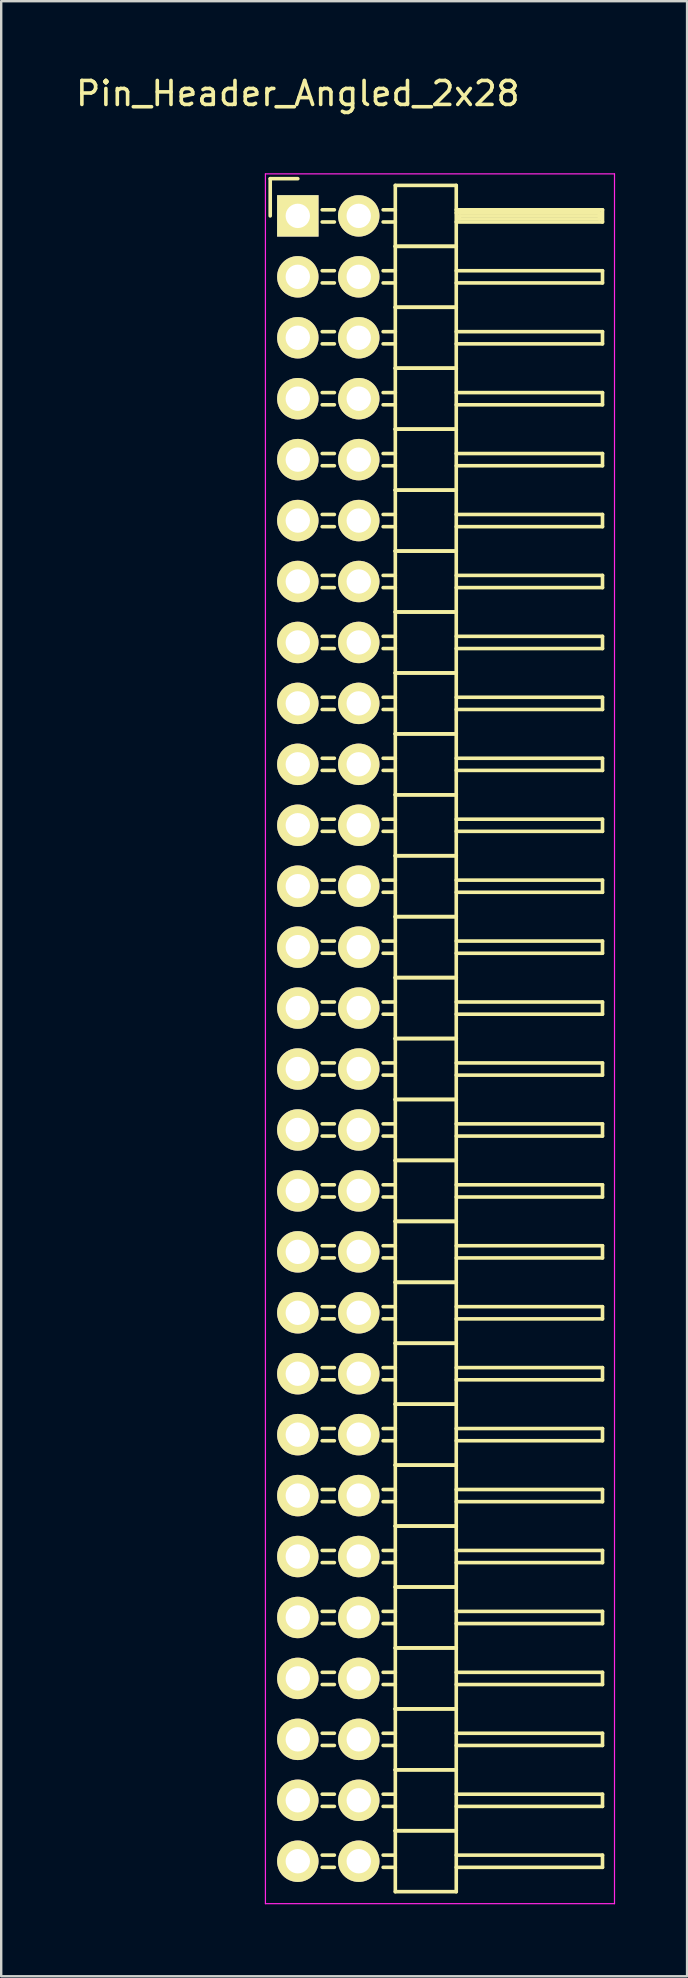
<source format=kicad_pcb>
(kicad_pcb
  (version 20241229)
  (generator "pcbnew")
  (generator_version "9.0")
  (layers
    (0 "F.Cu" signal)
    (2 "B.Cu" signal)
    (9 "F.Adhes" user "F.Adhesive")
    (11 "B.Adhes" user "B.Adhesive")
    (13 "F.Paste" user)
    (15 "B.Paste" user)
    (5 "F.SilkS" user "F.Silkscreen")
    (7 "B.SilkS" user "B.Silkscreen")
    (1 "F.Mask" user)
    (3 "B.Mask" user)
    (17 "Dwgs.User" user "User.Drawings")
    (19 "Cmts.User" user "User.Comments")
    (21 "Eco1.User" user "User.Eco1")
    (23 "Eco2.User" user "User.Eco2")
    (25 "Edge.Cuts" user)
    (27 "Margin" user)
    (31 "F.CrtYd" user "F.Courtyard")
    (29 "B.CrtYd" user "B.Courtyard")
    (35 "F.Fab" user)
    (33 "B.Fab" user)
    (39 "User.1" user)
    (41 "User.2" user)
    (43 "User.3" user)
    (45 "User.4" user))
  (footprint "Pin_Header_Angled_2x28"
    (layer "F.Cu")
    (at 9.363 5.948)
    (property "Reference" "Pin_Header_Angled_2x28" (at 0 -5.1 0) (layer "F.SilkS") (effects (font (size 1 1) (thickness 0.15))))
    (attr through_hole)
    (fp_line (start -1.15 -1.55) (end -1.15 0) (stroke (width 0.15) (type solid)) (layer "F.SilkS"))
    (fp_line (start 0 -1.55) (end -1.15 -1.55) (stroke (width 0.15) (type solid)) (layer "F.SilkS"))
    (fp_line (start 1.524 -0.254) (end 1.016 -0.254) (stroke (width 0.15) (type solid)) (layer "F.SilkS"))
    (fp_line (start 1.524 0.254) (end 1.016 0.254) (stroke (width 0.15) (type solid)) (layer "F.SilkS"))
    (fp_line (start 1.524 2.286) (end 1.016 2.286) (stroke (width 0.15) (type solid)) (layer "F.SilkS"))
    (fp_line (start 1.524 2.794) (end 1.016 2.794) (stroke (width 0.15) (type solid)) (layer "F.SilkS"))
    (fp_line (start 1.524 4.826) (end 1.016 4.826) (stroke (width 0.15) (type solid)) (layer "F.SilkS"))
    (fp_line (start 1.524 5.334) (end 1.016 5.334) (stroke (width 0.15) (type solid)) (layer "F.SilkS"))
    (fp_line (start 1.524 7.366) (end 1.016 7.366) (stroke (width 0.15) (type solid)) (layer "F.SilkS"))
    (fp_line (start 1.524 7.874) (end 1.016 7.874) (stroke (width 0.15) (type solid)) (layer "F.SilkS"))
    (fp_line (start 1.524 9.906) (end 1.016 9.906) (stroke (width 0.15) (type solid)) (layer "F.SilkS"))
    (fp_line (start 1.524 10.414) (end 1.016 10.414) (stroke (width 0.15) (type solid)) (layer "F.SilkS"))
    (fp_line (start 1.524 12.446) (end 1.016 12.446) (stroke (width 0.15) (type solid)) (layer "F.SilkS"))
    (fp_line (start 1.524 12.954) (end 1.016 12.954) (stroke (width 0.15) (type solid)) (layer "F.SilkS"))
    (fp_line (start 1.524 14.986) (end 1.016 14.986) (stroke (width 0.15) (type solid)) (layer "F.SilkS"))
    (fp_line (start 1.524 15.494) (end 1.016 15.494) (stroke (width 0.15) (type solid)) (layer "F.SilkS"))
    (fp_line (start 1.524 17.526) (end 1.016 17.526) (stroke (width 0.15) (type solid)) (layer "F.SilkS"))
    (fp_line (start 1.524 18.034) (end 1.016 18.034) (stroke (width 0.15) (type solid)) (layer "F.SilkS"))
    (fp_line (start 1.524 20.066) (end 1.016 20.066) (stroke (width 0.15) (type solid)) (layer "F.SilkS"))
    (fp_line (start 1.524 20.574) (end 1.016 20.574) (stroke (width 0.15) (type solid)) (layer "F.SilkS"))
    (fp_line (start 1.524 22.606) (end 1.016 22.606) (stroke (width 0.15) (type solid)) (layer "F.SilkS"))
    (fp_line (start 1.524 23.114) (end 1.016 23.114) (stroke (width 0.15) (type solid)) (layer "F.SilkS"))
    (fp_line (start 1.524 25.146) (end 1.016 25.146) (stroke (width 0.15) (type solid)) (layer "F.SilkS"))
    (fp_line (start 1.524 25.654) (end 1.016 25.654) (stroke (width 0.15) (type solid)) (layer "F.SilkS"))
    (fp_line (start 1.524 27.686) (end 1.016 27.686) (stroke (width 0.15) (type solid)) (layer "F.SilkS"))
    (fp_line (start 1.524 28.194) (end 1.016 28.194) (stroke (width 0.15) (type solid)) (layer "F.SilkS"))
    (fp_line (start 1.524 30.226) (end 1.016 30.226) (stroke (width 0.15) (type solid)) (layer "F.SilkS"))
    (fp_line (start 1.524 30.734) (end 1.016 30.734) (stroke (width 0.15) (type solid)) (layer "F.SilkS"))
    (fp_line (start 1.524 32.766) (end 1.016 32.766) (stroke (width 0.15) (type solid)) (layer "F.SilkS"))
    (fp_line (start 1.524 33.274) (end 1.016 33.274) (stroke (width 0.15) (type solid)) (layer "F.SilkS"))
    (fp_line (start 1.524 35.306) (end 1.016 35.306) (stroke (width 0.15) (type solid)) (layer "F.SilkS"))
    (fp_line (start 1.524 35.814) (end 1.016 35.814) (stroke (width 0.15) (type solid)) (layer "F.SilkS"))
    (fp_line (start 1.524 37.846) (end 1.016 37.846) (stroke (width 0.15) (type solid)) (layer "F.SilkS"))
    (fp_line (start 1.524 38.354) (end 1.016 38.354) (stroke (width 0.15) (type solid)) (layer "F.SilkS"))
    (fp_line (start 1.524 40.386) (end 1.016 40.386) (stroke (width 0.15) (type solid)) (layer "F.SilkS"))
    (fp_line (start 1.524 40.894) (end 1.016 40.894) (stroke (width 0.15) (type solid)) (layer "F.SilkS"))
    (fp_line (start 1.524 42.926) (end 1.016 42.926) (stroke (width 0.15) (type solid)) (layer "F.SilkS"))
    (fp_line (start 1.524 43.434) (end 1.016 43.434) (stroke (width 0.15) (type solid)) (layer "F.SilkS"))
    (fp_line (start 1.524 45.466) (end 1.016 45.466) (stroke (width 0.15) (type solid)) (layer "F.SilkS"))
    (fp_line (start 1.524 45.974) (end 1.016 45.974) (stroke (width 0.15) (type solid)) (layer "F.SilkS"))
    (fp_line (start 1.524 48.006) (end 1.016 48.006) (stroke (width 0.15) (type solid)) (layer "F.SilkS"))
    (fp_line (start 1.524 48.514) (end 1.016 48.514) (stroke (width 0.15) (type solid)) (layer "F.SilkS"))
    (fp_line (start 1.524 50.546) (end 1.016 50.546) (stroke (width 0.15) (type solid)) (layer "F.SilkS"))
    (fp_line (start 1.524 51.054) (end 1.016 51.054) (stroke (width 0.15) (type solid)) (layer "F.SilkS"))
    (fp_line (start 1.524 53.086) (end 1.016 53.086) (stroke (width 0.15) (type solid)) (layer "F.SilkS"))
    (fp_line (start 1.524 53.594) (end 1.016 53.594) (stroke (width 0.15) (type solid)) (layer "F.SilkS"))
    (fp_line (start 1.524 55.626) (end 1.016 55.626) (stroke (width 0.15) (type solid)) (layer "F.SilkS"))
    (fp_line (start 1.524 56.134) (end 1.016 56.134) (stroke (width 0.15) (type solid)) (layer "F.SilkS"))
    (fp_line (start 1.524 58.166) (end 1.016 58.166) (stroke (width 0.15) (type solid)) (layer "F.SilkS"))
    (fp_line (start 1.524 58.674) (end 1.016 58.674) (stroke (width 0.15) (type solid)) (layer "F.SilkS"))
    (fp_line (start 1.524 60.706) (end 1.016 60.706) (stroke (width 0.15) (type solid)) (layer "F.SilkS"))
    (fp_line (start 1.524 61.214) (end 1.016 61.214) (stroke (width 0.15) (type solid)) (layer "F.SilkS"))
    (fp_line (start 1.524 63.246) (end 1.016 63.246) (stroke (width 0.15) (type solid)) (layer "F.SilkS"))
    (fp_line (start 1.524 63.754) (end 1.016 63.754) (stroke (width 0.15) (type solid)) (layer "F.SilkS"))
    (fp_line (start 1.524 65.786) (end 1.016 65.786) (stroke (width 0.15) (type solid)) (layer "F.SilkS"))
    (fp_line (start 1.524 66.294) (end 1.016 66.294) (stroke (width 0.15) (type solid)) (layer "F.SilkS"))
    (fp_line (start 1.524 68.326) (end 1.016 68.326) (stroke (width 0.15) (type solid)) (layer "F.SilkS"))
    (fp_line (start 1.524 68.834) (end 1.016 68.834) (stroke (width 0.15) (type solid)) (layer "F.SilkS"))
    (fp_line (start 4.064 -1.27) (end 4.064 1.27) (stroke (width 0.15) (type solid)) (layer "F.SilkS"))
    (fp_line (start 4.064 -1.27) (end 6.604 -1.27) (stroke (width 0.15) (type solid)) (layer "F.SilkS"))
    (fp_line (start 4.064 -0.254) (end 3.556 -0.254) (stroke (width 0.15) (type solid)) (layer "F.SilkS"))
    (fp_line (start 4.064 0.254) (end 3.556 0.254) (stroke (width 0.15) (type solid)) (layer "F.SilkS"))
    (fp_line (start 4.064 1.27) (end 4.064 3.81) (stroke (width 0.15) (type solid)) (layer "F.SilkS"))
    (fp_line (start 4.064 1.27) (end 6.604 1.27) (stroke (width 0.15) (type solid)) (layer "F.SilkS"))
    (fp_line (start 4.064 1.27) (end 6.604 1.27) (stroke (width 0.15) (type solid)) (layer "F.SilkS"))
    (fp_line (start 4.064 2.286) (end 3.556 2.286) (stroke (width 0.15) (type solid)) (layer "F.SilkS"))
    (fp_line (start 4.064 2.794) (end 3.556 2.794) (stroke (width 0.15) (type solid)) (layer "F.SilkS"))
    (fp_line (start 4.064 3.81) (end 4.064 6.35) (stroke (width 0.15) (type solid)) (layer "F.SilkS"))
    (fp_line (start 4.064 3.81) (end 6.604 3.81) (stroke (width 0.15) (type solid)) (layer "F.SilkS"))
    (fp_line (start 4.064 3.81) (end 6.604 3.81) (stroke (width 0.15) (type solid)) (layer "F.SilkS"))
    (fp_line (start 4.064 4.826) (end 3.556 4.826) (stroke (width 0.15) (type solid)) (layer "F.SilkS"))
    (fp_line (start 4.064 5.334) (end 3.556 5.334) (stroke (width 0.15) (type solid)) (layer "F.SilkS"))
    (fp_line (start 4.064 6.35) (end 4.064 8.89) (stroke (width 0.15) (type solid)) (layer "F.SilkS"))
    (fp_line (start 4.064 6.35) (end 6.604 6.35) (stroke (width 0.15) (type solid)) (layer "F.SilkS"))
    (fp_line (start 4.064 6.35) (end 6.604 6.35) (stroke (width 0.15) (type solid)) (layer "F.SilkS"))
    (fp_line (start 4.064 7.366) (end 3.556 7.366) (stroke (width 0.15) (type solid)) (layer "F.SilkS"))
    (fp_line (start 4.064 7.874) (end 3.556 7.874) (stroke (width 0.15) (type solid)) (layer "F.SilkS"))
    (fp_line (start 4.064 8.89) (end 4.064 11.43) (stroke (width 0.15) (type solid)) (layer "F.SilkS"))
    (fp_line (start 4.064 8.89) (end 6.604 8.89) (stroke (width 0.15) (type solid)) (layer "F.SilkS"))
    (fp_line (start 4.064 8.89) (end 6.604 8.89) (stroke (width 0.15) (type solid)) (layer "F.SilkS"))
    (fp_line (start 4.064 9.906) (end 3.556 9.906) (stroke (width 0.15) (type solid)) (layer "F.SilkS"))
    (fp_line (start 4.064 10.414) (end 3.556 10.414) (stroke (width 0.15) (type solid)) (layer "F.SilkS"))
    (fp_line (start 4.064 11.43) (end 4.064 13.97) (stroke (width 0.15) (type solid)) (layer "F.SilkS"))
    (fp_line (start 4.064 11.43) (end 6.604 11.43) (stroke (width 0.15) (type solid)) (layer "F.SilkS"))
    (fp_line (start 4.064 11.43) (end 6.604 11.43) (stroke (width 0.15) (type solid)) (layer "F.SilkS"))
    (fp_line (start 4.064 12.446) (end 3.556 12.446) (stroke (width 0.15) (type solid)) (layer "F.SilkS"))
    (fp_line (start 4.064 12.954) (end 3.556 12.954) (stroke (width 0.15) (type solid)) (layer "F.SilkS"))
    (fp_line (start 4.064 13.97) (end 4.064 16.51) (stroke (width 0.15) (type solid)) (layer "F.SilkS"))
    (fp_line (start 4.064 13.97) (end 6.604 13.97) (stroke (width 0.15) (type solid)) (layer "F.SilkS"))
    (fp_line (start 4.064 13.97) (end 6.604 13.97) (stroke (width 0.15) (type solid)) (layer "F.SilkS"))
    (fp_line (start 4.064 14.986) (end 3.556 14.986) (stroke (width 0.15) (type solid)) (layer "F.SilkS"))
    (fp_line (start 4.064 15.494) (end 3.556 15.494) (stroke (width 0.15) (type solid)) (layer "F.SilkS"))
    (fp_line (start 4.064 16.51) (end 4.064 19.05) (stroke (width 0.15) (type solid)) (layer "F.SilkS"))
    (fp_line (start 4.064 16.51) (end 6.604 16.51) (stroke (width 0.15) (type solid)) (layer "F.SilkS"))
    (fp_line (start 4.064 16.51) (end 6.604 16.51) (stroke (width 0.15) (type solid)) (layer "F.SilkS"))
    (fp_line (start 4.064 17.526) (end 3.556 17.526) (stroke (width 0.15) (type solid)) (layer "F.SilkS"))
    (fp_line (start 4.064 18.034) (end 3.556 18.034) (stroke (width 0.15) (type solid)) (layer "F.SilkS"))
    (fp_line (start 4.064 19.05) (end 4.064 21.59) (stroke (width 0.15) (type solid)) (layer "F.SilkS"))
    (fp_line (start 4.064 19.05) (end 6.604 19.05) (stroke (width 0.15) (type solid)) (layer "F.SilkS"))
    (fp_line (start 4.064 19.05) (end 6.604 19.05) (stroke (width 0.15) (type solid)) (layer "F.SilkS"))
    (fp_line (start 4.064 20.066) (end 3.556 20.066) (stroke (width 0.15) (type solid)) (layer "F.SilkS"))
    (fp_line (start 4.064 20.574) (end 3.556 20.574) (stroke (width 0.15) (type solid)) (layer "F.SilkS"))
    (fp_line (start 4.064 21.59) (end 4.064 24.13) (stroke (width 0.15) (type solid)) (layer "F.SilkS"))
    (fp_line (start 4.064 21.59) (end 6.604 21.59) (stroke (width 0.15) (type solid)) (layer "F.SilkS"))
    (fp_line (start 4.064 21.59) (end 6.604 21.59) (stroke (width 0.15) (type solid)) (layer "F.SilkS"))
    (fp_line (start 4.064 22.606) (end 3.556 22.606) (stroke (width 0.15) (type solid)) (layer "F.SilkS"))
    (fp_line (start 4.064 23.114) (end 3.556 23.114) (stroke (width 0.15) (type solid)) (layer "F.SilkS"))
    (fp_line (start 4.064 24.13) (end 4.064 26.67) (stroke (width 0.15) (type solid)) (layer "F.SilkS"))
    (fp_line (start 4.064 24.13) (end 6.604 24.13) (stroke (width 0.15) (type solid)) (layer "F.SilkS"))
    (fp_line (start 4.064 24.13) (end 6.604 24.13) (stroke (width 0.15) (type solid)) (layer "F.SilkS"))
    (fp_line (start 4.064 25.146) (end 3.556 25.146) (stroke (width 0.15) (type solid)) (layer "F.SilkS"))
    (fp_line (start 4.064 25.654) (end 3.556 25.654) (stroke (width 0.15) (type solid)) (layer "F.SilkS"))
    (fp_line (start 4.064 26.67) (end 4.064 29.21) (stroke (width 0.15) (type solid)) (layer "F.SilkS"))
    (fp_line (start 4.064 26.67) (end 6.604 26.67) (stroke (width 0.15) (type solid)) (layer "F.SilkS"))
    (fp_line (start 4.064 26.67) (end 6.604 26.67) (stroke (width 0.15) (type solid)) (layer "F.SilkS"))
    (fp_line (start 4.064 27.686) (end 3.556 27.686) (stroke (width 0.15) (type solid)) (layer "F.SilkS"))
    (fp_line (start 4.064 28.194) (end 3.556 28.194) (stroke (width 0.15) (type solid)) (layer "F.SilkS"))
    (fp_line (start 4.064 29.21) (end 4.064 31.75) (stroke (width 0.15) (type solid)) (layer "F.SilkS"))
    (fp_line (start 4.064 29.21) (end 6.604 29.21) (stroke (width 0.15) (type solid)) (layer "F.SilkS"))
    (fp_line (start 4.064 29.21) (end 6.604 29.21) (stroke (width 0.15) (type solid)) (layer "F.SilkS"))
    (fp_line (start 4.064 30.226) (end 3.556 30.226) (stroke (width 0.15) (type solid)) (layer "F.SilkS"))
    (fp_line (start 4.064 30.734) (end 3.556 30.734) (stroke (width 0.15) (type solid)) (layer "F.SilkS"))
    (fp_line (start 4.064 31.75) (end 4.064 34.29) (stroke (width 0.15) (type solid)) (layer "F.SilkS"))
    (fp_line (start 4.064 31.75) (end 6.604 31.75) (stroke (width 0.15) (type solid)) (layer "F.SilkS"))
    (fp_line (start 4.064 31.75) (end 6.604 31.75) (stroke (width 0.15) (type solid)) (layer "F.SilkS"))
    (fp_line (start 4.064 32.766) (end 3.556 32.766) (stroke (width 0.15) (type solid)) (layer "F.SilkS"))
    (fp_line (start 4.064 33.274) (end 3.556 33.274) (stroke (width 0.15) (type solid)) (layer "F.SilkS"))
    (fp_line (start 4.064 34.29) (end 4.064 36.83) (stroke (width 0.15) (type solid)) (layer "F.SilkS"))
    (fp_line (start 4.064 34.29) (end 6.604 34.29) (stroke (width 0.15) (type solid)) (layer "F.SilkS"))
    (fp_line (start 4.064 34.29) (end 6.604 34.29) (stroke (width 0.15) (type solid)) (layer "F.SilkS"))
    (fp_line (start 4.064 35.306) (end 3.556 35.306) (stroke (width 0.15) (type solid)) (layer "F.SilkS"))
    (fp_line (start 4.064 35.814) (end 3.556 35.814) (stroke (width 0.15) (type solid)) (layer "F.SilkS"))
    (fp_line (start 4.064 36.83) (end 4.064 39.37) (stroke (width 0.15) (type solid)) (layer "F.SilkS"))
    (fp_line (start 4.064 36.83) (end 6.604 36.83) (stroke (width 0.15) (type solid)) (layer "F.SilkS"))
    (fp_line (start 4.064 36.83) (end 6.604 36.83) (stroke (width 0.15) (type solid)) (layer "F.SilkS"))
    (fp_line (start 4.064 37.846) (end 3.556 37.846) (stroke (width 0.15) (type solid)) (layer "F.SilkS"))
    (fp_line (start 4.064 38.354) (end 3.556 38.354) (stroke (width 0.15) (type solid)) (layer "F.SilkS"))
    (fp_line (start 4.064 39.37) (end 4.064 41.91) (stroke (width 0.15) (type solid)) (layer "F.SilkS"))
    (fp_line (start 4.064 39.37) (end 6.604 39.37) (stroke (width 0.15) (type solid)) (layer "F.SilkS"))
    (fp_line (start 4.064 39.37) (end 6.604 39.37) (stroke (width 0.15) (type solid)) (layer "F.SilkS"))
    (fp_line (start 4.064 40.386) (end 3.556 40.386) (stroke (width 0.15) (type solid)) (layer "F.SilkS"))
    (fp_line (start 4.064 40.894) (end 3.556 40.894) (stroke (width 0.15) (type solid)) (layer "F.SilkS"))
    (fp_line (start 4.064 41.91) (end 4.064 44.45) (stroke (width 0.15) (type solid)) (layer "F.SilkS"))
    (fp_line (start 4.064 41.91) (end 6.604 41.91) (stroke (width 0.15) (type solid)) (layer "F.SilkS"))
    (fp_line (start 4.064 41.91) (end 6.604 41.91) (stroke (width 0.15) (type solid)) (layer "F.SilkS"))
    (fp_line (start 4.064 42.926) (end 3.556 42.926) (stroke (width 0.15) (type solid)) (layer "F.SilkS"))
    (fp_line (start 4.064 43.434) (end 3.556 43.434) (stroke (width 0.15) (type solid)) (layer "F.SilkS"))
    (fp_line (start 4.064 44.45) (end 4.064 46.99) (stroke (width 0.15) (type solid)) (layer "F.SilkS"))
    (fp_line (start 4.064 44.45) (end 6.604 44.45) (stroke (width 0.15) (type solid)) (layer "F.SilkS"))
    (fp_line (start 4.064 44.45) (end 6.604 44.45) (stroke (width 0.15) (type solid)) (layer "F.SilkS"))
    (fp_line (start 4.064 45.466) (end 3.556 45.466) (stroke (width 0.15) (type solid)) (layer "F.SilkS"))
    (fp_line (start 4.064 45.974) (end 3.556 45.974) (stroke (width 0.15) (type solid)) (layer "F.SilkS"))
    (fp_line (start 4.064 46.99) (end 4.064 49.53) (stroke (width 0.15) (type solid)) (layer "F.SilkS"))
    (fp_line (start 4.064 46.99) (end 6.604 46.99) (stroke (width 0.15) (type solid)) (layer "F.SilkS"))
    (fp_line (start 4.064 46.99) (end 6.604 46.99) (stroke (width 0.15) (type solid)) (layer "F.SilkS"))
    (fp_line (start 4.064 48.006) (end 3.556 48.006) (stroke (width 0.15) (type solid)) (layer "F.SilkS"))
    (fp_line (start 4.064 48.514) (end 3.556 48.514) (stroke (width 0.15) (type solid)) (layer "F.SilkS"))
    (fp_line (start 4.064 49.53) (end 4.064 52.07) (stroke (width 0.15) (type solid)) (layer "F.SilkS"))
    (fp_line (start 4.064 49.53) (end 6.604 49.53) (stroke (width 0.15) (type solid)) (layer "F.SilkS"))
    (fp_line (start 4.064 49.53) (end 6.604 49.53) (stroke (width 0.15) (type solid)) (layer "F.SilkS"))
    (fp_line (start 4.064 50.546) (end 3.556 50.546) (stroke (width 0.15) (type solid)) (layer "F.SilkS"))
    (fp_line (start 4.064 51.054) (end 3.556 51.054) (stroke (width 0.15) (type solid)) (layer "F.SilkS"))
    (fp_line (start 4.064 52.07) (end 4.064 54.61) (stroke (width 0.15) (type solid)) (layer "F.SilkS"))
    (fp_line (start 4.064 52.07) (end 6.604 52.07) (stroke (width 0.15) (type solid)) (layer "F.SilkS"))
    (fp_line (start 4.064 52.07) (end 6.604 52.07) (stroke (width 0.15) (type solid)) (layer "F.SilkS"))
    (fp_line (start 4.064 53.086) (end 3.556 53.086) (stroke (width 0.15) (type solid)) (layer "F.SilkS"))
    (fp_line (start 4.064 53.594) (end 3.556 53.594) (stroke (width 0.15) (type solid)) (layer "F.SilkS"))
    (fp_line (start 4.064 54.61) (end 4.064 57.15) (stroke (width 0.15) (type solid)) (layer "F.SilkS"))
    (fp_line (start 4.064 54.61) (end 6.604 54.61) (stroke (width 0.15) (type solid)) (layer "F.SilkS"))
    (fp_line (start 4.064 54.61) (end 6.604 54.61) (stroke (width 0.15) (type solid)) (layer "F.SilkS"))
    (fp_line (start 4.064 55.626) (end 3.556 55.626) (stroke (width 0.15) (type solid)) (layer "F.SilkS"))
    (fp_line (start 4.064 56.134) (end 3.556 56.134) (stroke (width 0.15) (type solid)) (layer "F.SilkS"))
    (fp_line (start 4.064 57.15) (end 4.064 59.69) (stroke (width 0.15) (type solid)) (layer "F.SilkS"))
    (fp_line (start 4.064 57.15) (end 6.604 57.15) (stroke (width 0.15) (type solid)) (layer "F.SilkS"))
    (fp_line (start 4.064 57.15) (end 6.604 57.15) (stroke (width 0.15) (type solid)) (layer "F.SilkS"))
    (fp_line (start 4.064 58.166) (end 3.556 58.166) (stroke (width 0.15) (type solid)) (layer "F.SilkS"))
    (fp_line (start 4.064 58.674) (end 3.556 58.674) (stroke (width 0.15) (type solid)) (layer "F.SilkS"))
    (fp_line (start 4.064 59.69) (end 4.064 62.23) (stroke (width 0.15) (type solid)) (layer "F.SilkS"))
    (fp_line (start 4.064 59.69) (end 6.604 59.69) (stroke (width 0.15) (type solid)) (layer "F.SilkS"))
    (fp_line (start 4.064 59.69) (end 6.604 59.69) (stroke (width 0.15) (type solid)) (layer "F.SilkS"))
    (fp_line (start 4.064 60.706) (end 3.556 60.706) (stroke (width 0.15) (type solid)) (layer "F.SilkS"))
    (fp_line (start 4.064 61.214) (end 3.556 61.214) (stroke (width 0.15) (type solid)) (layer "F.SilkS"))
    (fp_line (start 4.064 62.23) (end 4.064 64.77) (stroke (width 0.15) (type solid)) (layer "F.SilkS"))
    (fp_line (start 4.064 62.23) (end 6.604 62.23) (stroke (width 0.15) (type solid)) (layer "F.SilkS"))
    (fp_line (start 4.064 62.23) (end 6.604 62.23) (stroke (width 0.15) (type solid)) (layer "F.SilkS"))
    (fp_line (start 4.064 63.246) (end 3.556 63.246) (stroke (width 0.15) (type solid)) (layer "F.SilkS"))
    (fp_line (start 4.064 63.754) (end 3.556 63.754) (stroke (width 0.15) (type solid)) (layer "F.SilkS"))
    (fp_line (start 4.064 64.77) (end 4.064 67.31) (stroke (width 0.15) (type solid)) (layer "F.SilkS"))
    (fp_line (start 4.064 64.77) (end 6.604 64.77) (stroke (width 0.15) (type solid)) (layer "F.SilkS"))
    (fp_line (start 4.064 64.77) (end 6.604 64.77) (stroke (width 0.15) (type solid)) (layer "F.SilkS"))
    (fp_line (start 4.064 65.786) (end 3.556 65.786) (stroke (width 0.15) (type solid)) (layer "F.SilkS"))
    (fp_line (start 4.064 66.294) (end 3.556 66.294) (stroke (width 0.15) (type solid)) (layer "F.SilkS"))
    (fp_line (start 4.064 67.31) (end 4.064 69.85) (stroke (width 0.15) (type solid)) (layer "F.SilkS"))
    (fp_line (start 4.064 67.31) (end 6.604 67.31) (stroke (width 0.15) (type solid)) (layer "F.SilkS"))
    (fp_line (start 4.064 67.31) (end 6.604 67.31) (stroke (width 0.15) (type solid)) (layer "F.SilkS"))
    (fp_line (start 4.064 68.326) (end 3.556 68.326) (stroke (width 0.15) (type solid)) (layer "F.SilkS"))
    (fp_line (start 4.064 68.834) (end 3.556 68.834) (stroke (width 0.15) (type solid)) (layer "F.SilkS"))
    (fp_line (start 4.064 69.85) (end 6.604 69.85) (stroke (width 0.15) (type solid)) (layer "F.SilkS"))
    (fp_line (start 6.604 -0.254) (end 12.7 -0.254) (stroke (width 0.15) (type solid)) (layer "F.SilkS"))
    (fp_line (start 6.604 -0.127) (end 12.573 -0.127) (stroke (width 0.15) (type solid)) (layer "F.SilkS"))
    (fp_line (start 6.604 1.27) (end 6.604 -1.27) (stroke (width 0.15) (type solid)) (layer "F.SilkS"))
    (fp_line (start 6.604 2.286) (end 12.7 2.286) (stroke (width 0.15) (type solid)) (layer "F.SilkS"))
    (fp_line (start 6.604 3.81) (end 6.604 1.27) (stroke (width 0.15) (type solid)) (layer "F.SilkS"))
    (fp_line (start 6.604 4.826) (end 12.7 4.826) (stroke (width 0.15) (type solid)) (layer "F.SilkS"))
    (fp_line (start 6.604 6.35) (end 6.604 3.81) (stroke (width 0.15) (type solid)) (layer "F.SilkS"))
    (fp_line (start 6.604 7.366) (end 12.7 7.366) (stroke (width 0.15) (type solid)) (layer "F.SilkS"))
    (fp_line (start 6.604 8.89) (end 6.604 6.35) (stroke (width 0.15) (type solid)) (layer "F.SilkS"))
    (fp_line (start 6.604 9.906) (end 12.7 9.906) (stroke (width 0.15) (type solid)) (layer "F.SilkS"))
    (fp_line (start 6.604 11.43) (end 6.604 8.89) (stroke (width 0.15) (type solid)) (layer "F.SilkS"))
    (fp_line (start 6.604 12.446) (end 12.7 12.446) (stroke (width 0.15) (type solid)) (layer "F.SilkS"))
    (fp_line (start 6.604 13.97) (end 6.604 11.43) (stroke (width 0.15) (type solid)) (layer "F.SilkS"))
    (fp_line (start 6.604 14.986) (end 12.7 14.986) (stroke (width 0.15) (type solid)) (layer "F.SilkS"))
    (fp_line (start 6.604 16.51) (end 6.604 13.97) (stroke (width 0.15) (type solid)) (layer "F.SilkS"))
    (fp_line (start 6.604 17.526) (end 12.7 17.526) (stroke (width 0.15) (type solid)) (layer "F.SilkS"))
    (fp_line (start 6.604 19.05) (end 6.604 16.51) (stroke (width 0.15) (type solid)) (layer "F.SilkS"))
    (fp_line (start 6.604 20.066) (end 12.7 20.066) (stroke (width 0.15) (type solid)) (layer "F.SilkS"))
    (fp_line (start 6.604 21.59) (end 6.604 19.05) (stroke (width 0.15) (type solid)) (layer "F.SilkS"))
    (fp_line (start 6.604 22.606) (end 12.7 22.606) (stroke (width 0.15) (type solid)) (layer "F.SilkS"))
    (fp_line (start 6.604 24.13) (end 6.604 21.59) (stroke (width 0.15) (type solid)) (layer "F.SilkS"))
    (fp_line (start 6.604 25.146) (end 12.7 25.146) (stroke (width 0.15) (type solid)) (layer "F.SilkS"))
    (fp_line (start 6.604 26.67) (end 6.604 24.13) (stroke (width 0.15) (type solid)) (layer "F.SilkS"))
    (fp_line (start 6.604 27.686) (end 12.7 27.686) (stroke (width 0.15) (type solid)) (layer "F.SilkS"))
    (fp_line (start 6.604 29.21) (end 6.604 26.67) (stroke (width 0.15) (type solid)) (layer "F.SilkS"))
    (fp_line (start 6.604 30.226) (end 12.7 30.226) (stroke (width 0.15) (type solid)) (layer "F.SilkS"))
    (fp_line (start 6.604 31.75) (end 6.604 29.21) (stroke (width 0.15) (type solid)) (layer "F.SilkS"))
    (fp_line (start 6.604 32.766) (end 12.7 32.766) (stroke (width 0.15) (type solid)) (layer "F.SilkS"))
    (fp_line (start 6.604 34.29) (end 6.604 31.75) (stroke (width 0.15) (type solid)) (layer "F.SilkS"))
    (fp_line (start 6.604 35.306) (end 12.7 35.306) (stroke (width 0.15) (type solid)) (layer "F.SilkS"))
    (fp_line (start 6.604 36.83) (end 6.604 34.29) (stroke (width 0.15) (type solid)) (layer "F.SilkS"))
    (fp_line (start 6.604 37.846) (end 12.7 37.846) (stroke (width 0.15) (type solid)) (layer "F.SilkS"))
    (fp_line (start 6.604 39.37) (end 6.604 36.83) (stroke (width 0.15) (type solid)) (layer "F.SilkS"))
    (fp_line (start 6.604 40.386) (end 12.7 40.386) (stroke (width 0.15) (type solid)) (layer "F.SilkS"))
    (fp_line (start 6.604 41.91) (end 6.604 39.37) (stroke (width 0.15) (type solid)) (layer "F.SilkS"))
    (fp_line (start 6.604 42.926) (end 12.7 42.926) (stroke (width 0.15) (type solid)) (layer "F.SilkS"))
    (fp_line (start 6.604 44.45) (end 6.604 41.91) (stroke (width 0.15) (type solid)) (layer "F.SilkS"))
    (fp_line (start 6.604 45.466) (end 12.7 45.466) (stroke (width 0.15) (type solid)) (layer "F.SilkS"))
    (fp_line (start 6.604 46.99) (end 6.604 44.45) (stroke (width 0.15) (type solid)) (layer "F.SilkS"))
    (fp_line (start 6.604 48.006) (end 12.7 48.006) (stroke (width 0.15) (type solid)) (layer "F.SilkS"))
    (fp_line (start 6.604 49.53) (end 6.604 46.99) (stroke (width 0.15) (type solid)) (layer "F.SilkS"))
    (fp_line (start 6.604 50.546) (end 12.7 50.546) (stroke (width 0.15) (type solid)) (layer "F.SilkS"))
    (fp_line (start 6.604 52.07) (end 6.604 49.53) (stroke (width 0.15) (type solid)) (layer "F.SilkS"))
    (fp_line (start 6.604 53.086) (end 12.7 53.086) (stroke (width 0.15) (type solid)) (layer "F.SilkS"))
    (fp_line (start 6.604 54.61) (end 6.604 52.07) (stroke (width 0.15) (type solid)) (layer "F.SilkS"))
    (fp_line (start 6.604 55.626) (end 12.7 55.626) (stroke (width 0.15) (type solid)) (layer "F.SilkS"))
    (fp_line (start 6.604 57.15) (end 6.604 54.61) (stroke (width 0.15) (type solid)) (layer "F.SilkS"))
    (fp_line (start 6.604 58.166) (end 12.7 58.166) (stroke (width 0.15) (type solid)) (layer "F.SilkS"))
    (fp_line (start 6.604 59.69) (end 6.604 57.15) (stroke (width 0.15) (type solid)) (layer "F.SilkS"))
    (fp_line (start 6.604 60.706) (end 12.7 60.706) (stroke (width 0.15) (type solid)) (layer "F.SilkS"))
    (fp_line (start 6.604 62.23) (end 6.604 59.69) (stroke (width 0.15) (type solid)) (layer "F.SilkS"))
    (fp_line (start 6.604 63.246) (end 12.7 63.246) (stroke (width 0.15) (type solid)) (layer "F.SilkS"))
    (fp_line (start 6.604 64.77) (end 6.604 62.23) (stroke (width 0.15) (type solid)) (layer "F.SilkS"))
    (fp_line (start 6.604 65.786) (end 12.7 65.786) (stroke (width 0.15) (type solid)) (layer "F.SilkS"))
    (fp_line (start 6.604 67.31) (end 6.604 64.77) (stroke (width 0.15) (type solid)) (layer "F.SilkS"))
    (fp_line (start 6.604 68.326) (end 12.7 68.326) (stroke (width 0.15) (type solid)) (layer "F.SilkS"))
    (fp_line (start 6.604 69.85) (end 6.604 67.31) (stroke (width 0.15) (type solid)) (layer "F.SilkS"))
    (fp_line (start 6.731 0) (end 12.573 0) (stroke (width 0.15) (type solid)) (layer "F.SilkS"))
    (fp_line (start 6.731 0.127) (end 6.731 0) (stroke (width 0.15) (type solid)) (layer "F.SilkS"))
    (fp_line (start 12.573 -0.127) (end 12.573 0.127) (stroke (width 0.15) (type solid)) (layer "F.SilkS"))
    (fp_line (start 12.573 0.127) (end 6.731 0.127) (stroke (width 0.15) (type solid)) (layer "F.SilkS"))
    (fp_line (start 12.7 -0.254) (end 12.7 0.254) (stroke (width 0.15) (type solid)) (layer "F.SilkS"))
    (fp_line (start 12.7 0.254) (end 6.604 0.254) (stroke (width 0.15) (type solid)) (layer "F.SilkS"))
    (fp_line (start 12.7 2.286) (end 12.7 2.794) (stroke (width 0.15) (type solid)) (layer "F.SilkS"))
    (fp_line (start 12.7 2.794) (end 6.604 2.794) (stroke (width 0.15) (type solid)) (layer "F.SilkS"))
    (fp_line (start 12.7 4.826) (end 12.7 5.334) (stroke (width 0.15) (type solid)) (layer "F.SilkS"))
    (fp_line (start 12.7 5.334) (end 6.604 5.334) (stroke (width 0.15) (type solid)) (layer "F.SilkS"))
    (fp_line (start 12.7 7.366) (end 12.7 7.874) (stroke (width 0.15) (type solid)) (layer "F.SilkS"))
    (fp_line (start 12.7 7.874) (end 6.604 7.874) (stroke (width 0.15) (type solid)) (layer "F.SilkS"))
    (fp_line (start 12.7 9.906) (end 12.7 10.414) (stroke (width 0.15) (type solid)) (layer "F.SilkS"))
    (fp_line (start 12.7 10.414) (end 6.604 10.414) (stroke (width 0.15) (type solid)) (layer "F.SilkS"))
    (fp_line (start 12.7 12.446) (end 12.7 12.954) (stroke (width 0.15) (type solid)) (layer "F.SilkS"))
    (fp_line (start 12.7 12.954) (end 6.604 12.954) (stroke (width 0.15) (type solid)) (layer "F.SilkS"))
    (fp_line (start 12.7 14.986) (end 12.7 15.494) (stroke (width 0.15) (type solid)) (layer "F.SilkS"))
    (fp_line (start 12.7 15.494) (end 6.604 15.494) (stroke (width 0.15) (type solid)) (layer "F.SilkS"))
    (fp_line (start 12.7 17.526) (end 12.7 18.034) (stroke (width 0.15) (type solid)) (layer "F.SilkS"))
    (fp_line (start 12.7 18.034) (end 6.604 18.034) (stroke (width 0.15) (type solid)) (layer "F.SilkS"))
    (fp_line (start 12.7 20.066) (end 12.7 20.574) (stroke (width 0.15) (type solid)) (layer "F.SilkS"))
    (fp_line (start 12.7 20.574) (end 6.604 20.574) (stroke (width 0.15) (type solid)) (layer "F.SilkS"))
    (fp_line (start 12.7 22.606) (end 12.7 23.114) (stroke (width 0.15) (type solid)) (layer "F.SilkS"))
    (fp_line (start 12.7 23.114) (end 6.604 23.114) (stroke (width 0.15) (type solid)) (layer "F.SilkS"))
    (fp_line (start 12.7 25.146) (end 12.7 25.654) (stroke (width 0.15) (type solid)) (layer "F.SilkS"))
    (fp_line (start 12.7 25.654) (end 6.604 25.654) (stroke (width 0.15) (type solid)) (layer "F.SilkS"))
    (fp_line (start 12.7 27.686) (end 12.7 28.194) (stroke (width 0.15) (type solid)) (layer "F.SilkS"))
    (fp_line (start 12.7 28.194) (end 6.604 28.194) (stroke (width 0.15) (type solid)) (layer "F.SilkS"))
    (fp_line (start 12.7 30.226) (end 12.7 30.734) (stroke (width 0.15) (type solid)) (layer "F.SilkS"))
    (fp_line (start 12.7 30.734) (end 6.604 30.734) (stroke (width 0.15) (type solid)) (layer "F.SilkS"))
    (fp_line (start 12.7 32.766) (end 12.7 33.274) (stroke (width 0.15) (type solid)) (layer "F.SilkS"))
    (fp_line (start 12.7 33.274) (end 6.604 33.274) (stroke (width 0.15) (type solid)) (layer "F.SilkS"))
    (fp_line (start 12.7 35.306) (end 12.7 35.814) (stroke (width 0.15) (type solid)) (layer "F.SilkS"))
    (fp_line (start 12.7 35.814) (end 6.604 35.814) (stroke (width 0.15) (type solid)) (layer "F.SilkS"))
    (fp_line (start 12.7 37.846) (end 12.7 38.354) (stroke (width 0.15) (type solid)) (layer "F.SilkS"))
    (fp_line (start 12.7 38.354) (end 6.604 38.354) (stroke (width 0.15) (type solid)) (layer "F.SilkS"))
    (fp_line (start 12.7 40.386) (end 12.7 40.894) (stroke (width 0.15) (type solid)) (layer "F.SilkS"))
    (fp_line (start 12.7 40.894) (end 6.604 40.894) (stroke (width 0.15) (type solid)) (layer "F.SilkS"))
    (fp_line (start 12.7 42.926) (end 12.7 43.434) (stroke (width 0.15) (type solid)) (layer "F.SilkS"))
    (fp_line (start 12.7 43.434) (end 6.604 43.434) (stroke (width 0.15) (type solid)) (layer "F.SilkS"))
    (fp_line (start 12.7 45.466) (end 12.7 45.974) (stroke (width 0.15) (type solid)) (layer "F.SilkS"))
    (fp_line (start 12.7 45.974) (end 6.604 45.974) (stroke (width 0.15) (type solid)) (layer "F.SilkS"))
    (fp_line (start 12.7 48.006) (end 12.7 48.514) (stroke (width 0.15) (type solid)) (layer "F.SilkS"))
    (fp_line (start 12.7 48.514) (end 6.604 48.514) (stroke (width 0.15) (type solid)) (layer "F.SilkS"))
    (fp_line (start 12.7 50.546) (end 12.7 51.054) (stroke (width 0.15) (type solid)) (layer "F.SilkS"))
    (fp_line (start 12.7 51.054) (end 6.604 51.054) (stroke (width 0.15) (type solid)) (layer "F.SilkS"))
    (fp_line (start 12.7 53.086) (end 12.7 53.594) (stroke (width 0.15) (type solid)) (layer "F.SilkS"))
    (fp_line (start 12.7 53.594) (end 6.604 53.594) (stroke (width 0.15) (type solid)) (layer "F.SilkS"))
    (fp_line (start 12.7 55.626) (end 12.7 56.134) (stroke (width 0.15) (type solid)) (layer "F.SilkS"))
    (fp_line (start 12.7 56.134) (end 6.604 56.134) (stroke (width 0.15) (type solid)) (layer "F.SilkS"))
    (fp_line (start 12.7 58.166) (end 12.7 58.674) (stroke (width 0.15) (type solid)) (layer "F.SilkS"))
    (fp_line (start 12.7 58.674) (end 6.604 58.674) (stroke (width 0.15) (type solid)) (layer "F.SilkS"))
    (fp_line (start 12.7 60.706) (end 12.7 61.214) (stroke (width 0.15) (type solid)) (layer "F.SilkS"))
    (fp_line (start 12.7 61.214) (end 6.604 61.214) (stroke (width 0.15) (type solid)) (layer "F.SilkS"))
    (fp_line (start 12.7 63.246) (end 12.7 63.754) (stroke (width 0.15) (type solid)) (layer "F.SilkS"))
    (fp_line (start 12.7 63.754) (end 6.604 63.754) (stroke (width 0.15) (type solid)) (layer "F.SilkS"))
    (fp_line (start 12.7 65.786) (end 12.7 66.294) (stroke (width 0.15) (type solid)) (layer "F.SilkS"))
    (fp_line (start 12.7 66.294) (end 6.604 66.294) (stroke (width 0.15) (type solid)) (layer "F.SilkS"))
    (fp_line (start 12.7 68.326) (end 12.7 68.834) (stroke (width 0.15) (type solid)) (layer "F.SilkS"))
    (fp_line (start 12.7 68.834) (end 6.604 68.834) (stroke (width 0.15) (type solid)) (layer "F.SilkS"))
    (fp_line (start -1.35 -1.75) (end -1.35 70.35) (stroke (width 0.05) (type solid)) (layer "F.CrtYd"))
    (fp_line (start -1.35 -1.75) (end 13.2 -1.75) (stroke (width 0.05) (type solid)) (layer "F.CrtYd"))
    (fp_line (start -1.35 70.35) (end 13.2 70.35) (stroke (width 0.05) (type solid)) (layer "F.CrtYd"))
    (fp_line (start 13.2 -1.75) (end 13.2 70.35) (stroke (width 0.05) (type solid)) (layer "F.CrtYd"))
    (pad "1" thru_hole rect (at 0 0) (size 1.727 1.727) (drill 1.016) (layers "*.Cu" "*.Mask" "F.SilkS"))
    (pad "2" thru_hole oval (at 2.54 0) (size 1.727 1.727) (drill 1.016) (layers "*.Cu" "*.Mask" "F.SilkS"))
    (pad "3" thru_hole oval (at 0 2.54) (size 1.727 1.727) (drill 1.016) (layers "*.Cu" "*.Mask" "F.SilkS"))
    (pad "4" thru_hole oval (at 2.54 2.54) (size 1.727 1.727) (drill 1.016) (layers "*.Cu" "*.Mask" "F.SilkS"))
    (pad "5" thru_hole oval (at 0 5.08) (size 1.727 1.727) (drill 1.016) (layers "*.Cu" "*.Mask" "F.SilkS"))
    (pad "6" thru_hole oval (at 2.54 5.08) (size 1.727 1.727) (drill 1.016) (layers "*.Cu" "*.Mask" "F.SilkS"))
    (pad "7" thru_hole oval (at 0 7.62) (size 1.727 1.727) (drill 1.016) (layers "*.Cu" "*.Mask" "F.SilkS"))
    (pad "8" thru_hole oval (at 2.54 7.62) (size 1.727 1.727) (drill 1.016) (layers "*.Cu" "*.Mask" "F.SilkS"))
    (pad "9" thru_hole oval (at 0 10.16) (size 1.727 1.727) (drill 1.016) (layers "*.Cu" "*.Mask" "F.SilkS"))
    (pad "10" thru_hole oval (at 2.54 10.16) (size 1.727 1.727) (drill 1.016) (layers "*.Cu" "*.Mask" "F.SilkS"))
    (pad "11" thru_hole oval (at 0 12.7) (size 1.727 1.727) (drill 1.016) (layers "*.Cu" "*.Mask" "F.SilkS"))
    (pad "12" thru_hole oval (at 2.54 12.7) (size 1.727 1.727) (drill 1.016) (layers "*.Cu" "*.Mask" "F.SilkS"))
    (pad "13" thru_hole oval (at 0 15.24) (size 1.727 1.727) (drill 1.016) (layers "*.Cu" "*.Mask" "F.SilkS"))
    (pad "14" thru_hole oval (at 2.54 15.24) (size 1.727 1.727) (drill 1.016) (layers "*.Cu" "*.Mask" "F.SilkS"))
    (pad "15" thru_hole oval (at 0 17.78) (size 1.727 1.727) (drill 1.016) (layers "*.Cu" "*.Mask" "F.SilkS"))
    (pad "16" thru_hole oval (at 2.54 17.78) (size 1.727 1.727) (drill 1.016) (layers "*.Cu" "*.Mask" "F.SilkS"))
    (pad "17" thru_hole oval (at 0 20.32) (size 1.727 1.727) (drill 1.016) (layers "*.Cu" "*.Mask" "F.SilkS"))
    (pad "18" thru_hole oval (at 2.54 20.32) (size 1.727 1.727) (drill 1.016) (layers "*.Cu" "*.Mask" "F.SilkS"))
    (pad "19" thru_hole oval (at 0 22.86) (size 1.727 1.727) (drill 1.016) (layers "*.Cu" "*.Mask" "F.SilkS"))
    (pad "20" thru_hole oval (at 2.54 22.86) (size 1.727 1.727) (drill 1.016) (layers "*.Cu" "*.Mask" "F.SilkS"))
    (pad "21" thru_hole oval (at 0 25.4) (size 1.727 1.727) (drill 1.016) (layers "*.Cu" "*.Mask" "F.SilkS"))
    (pad "22" thru_hole oval (at 2.54 25.4) (size 1.727 1.727) (drill 1.016) (layers "*.Cu" "*.Mask" "F.SilkS"))
    (pad "23" thru_hole oval (at 0 27.94) (size 1.727 1.727) (drill 1.016) (layers "*.Cu" "*.Mask" "F.SilkS"))
    (pad "24" thru_hole oval (at 2.54 27.94) (size 1.727 1.727) (drill 1.016) (layers "*.Cu" "*.Mask" "F.SilkS"))
    (pad "25" thru_hole oval (at 0 30.48) (size 1.727 1.727) (drill 1.016) (layers "*.Cu" "*.Mask" "F.SilkS"))
    (pad "26" thru_hole oval (at 2.54 30.48) (size 1.727 1.727) (drill 1.016) (layers "*.Cu" "*.Mask" "F.SilkS"))
    (pad "27" thru_hole oval (at 0 33.02) (size 1.727 1.727) (drill 1.016) (layers "*.Cu" "*.Mask" "F.SilkS"))
    (pad "28" thru_hole oval (at 2.54 33.02) (size 1.727 1.727) (drill 1.016) (layers "*.Cu" "*.Mask" "F.SilkS"))
    (pad "29" thru_hole oval (at 0 35.56) (size 1.727 1.727) (drill 1.016) (layers "*.Cu" "*.Mask" "F.SilkS"))
    (pad "30" thru_hole oval (at 2.54 35.56) (size 1.727 1.727) (drill 1.016) (layers "*.Cu" "*.Mask" "F.SilkS"))
    (pad "31" thru_hole oval (at 0 38.1) (size 1.727 1.727) (drill 1.016) (layers "*.Cu" "*.Mask" "F.SilkS"))
    (pad "32" thru_hole oval (at 2.54 38.1) (size 1.727 1.727) (drill 1.016) (layers "*.Cu" "*.Mask" "F.SilkS"))
    (pad "33" thru_hole oval (at 0 40.64) (size 1.727 1.727) (drill 1.016) (layers "*.Cu" "*.Mask" "F.SilkS"))
    (pad "34" thru_hole oval (at 2.54 40.64) (size 1.727 1.727) (drill 1.016) (layers "*.Cu" "*.Mask" "F.SilkS"))
    (pad "35" thru_hole oval (at 0 43.18) (size 1.727 1.727) (drill 1.016) (layers "*.Cu" "*.Mask" "F.SilkS"))
    (pad "36" thru_hole oval (at 2.54 43.18) (size 1.727 1.727) (drill 1.016) (layers "*.Cu" "*.Mask" "F.SilkS"))
    (pad "37" thru_hole oval (at 0 45.72) (size 1.727 1.727) (drill 1.016) (layers "*.Cu" "*.Mask" "F.SilkS"))
    (pad "38" thru_hole oval (at 2.54 45.72) (size 1.727 1.727) (drill 1.016) (layers "*.Cu" "*.Mask" "F.SilkS"))
    (pad "39" thru_hole oval (at 0 48.26) (size 1.727 1.727) (drill 1.016) (layers "*.Cu" "*.Mask" "F.SilkS"))
    (pad "40" thru_hole oval (at 2.54 48.26) (size 1.727 1.727) (drill 1.016) (layers "*.Cu" "*.Mask" "F.SilkS"))
    (pad "41" thru_hole oval (at 0 50.8) (size 1.727 1.727) (drill 1.016) (layers "*.Cu" "*.Mask" "F.SilkS"))
    (pad "42" thru_hole oval (at 2.54 50.8) (size 1.727 1.727) (drill 1.016) (layers "*.Cu" "*.Mask" "F.SilkS"))
    (pad "43" thru_hole oval (at 0 53.34) (size 1.727 1.727) (drill 1.016) (layers "*.Cu" "*.Mask" "F.SilkS"))
    (pad "44" thru_hole oval (at 2.54 53.34) (size 1.727 1.727) (drill 1.016) (layers "*.Cu" "*.Mask" "F.SilkS"))
    (pad "45" thru_hole oval (at 0 55.88) (size 1.727 1.727) (drill 1.016) (layers "*.Cu" "*.Mask" "F.SilkS"))
    (pad "46" thru_hole oval (at 2.54 55.88) (size 1.727 1.727) (drill 1.016) (layers "*.Cu" "*.Mask" "F.SilkS"))
    (pad "47" thru_hole oval (at 0 58.42) (size 1.727 1.727) (drill 1.016) (layers "*.Cu" "*.Mask" "F.SilkS"))
    (pad "48" thru_hole oval (at 2.54 58.42) (size 1.727 1.727) (drill 1.016) (layers "*.Cu" "*.Mask" "F.SilkS"))
    (pad "49" thru_hole oval (at 0 60.96) (size 1.727 1.727) (drill 1.016) (layers "*.Cu" "*.Mask" "F.SilkS"))
    (pad "50" thru_hole oval (at 2.54 60.96) (size 1.727 1.727) (drill 1.016) (layers "*.Cu" "*.Mask" "F.SilkS"))
    (pad "51" thru_hole oval (at 0 63.5) (size 1.727 1.727) (drill 1.016) (layers "*.Cu" "*.Mask" "F.SilkS"))
    (pad "52" thru_hole oval (at 2.54 63.5) (size 1.727 1.727) (drill 1.016) (layers "*.Cu" "*.Mask" "F.SilkS"))
    (pad "53" thru_hole oval (at 0 66.04) (size 1.727 1.727) (drill 1.016) (layers "*.Cu" "*.Mask" "F.SilkS"))
    (pad "54" thru_hole oval (at 2.54 66.04) (size 1.727 1.727) (drill 1.016) (layers "*.Cu" "*.Mask" "F.SilkS"))
    (pad "55" thru_hole oval (at 0 68.58) (size 1.727 1.727) (drill 1.016) (layers "*.Cu" "*.Mask" "F.SilkS"))
    (pad "56" thru_hole oval (at 2.54 68.58) (size 1.727 1.727) (drill 1.016) (layers "*.Cu" "*.Mask" "F.SilkS")))
  (gr_rect
    (start -3 -3)
    (end 25.588 79.323)
    (stroke (width 0.1) (type default))
    (fill no)
    (layer "Edge.Cuts")))
</source>
